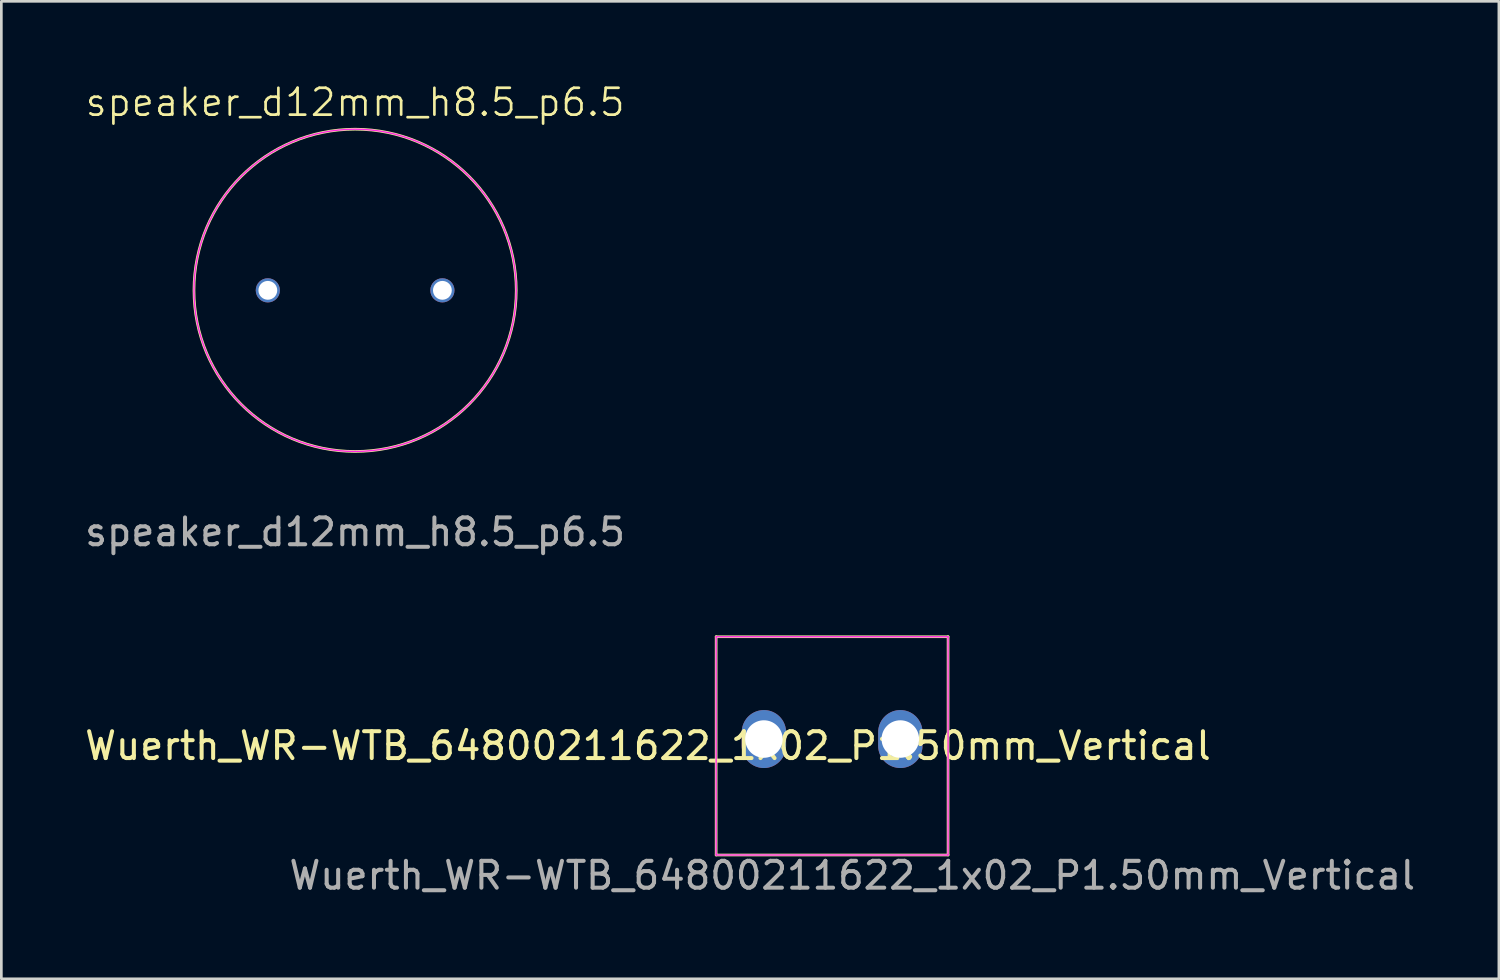
<source format=kicad_pcb>
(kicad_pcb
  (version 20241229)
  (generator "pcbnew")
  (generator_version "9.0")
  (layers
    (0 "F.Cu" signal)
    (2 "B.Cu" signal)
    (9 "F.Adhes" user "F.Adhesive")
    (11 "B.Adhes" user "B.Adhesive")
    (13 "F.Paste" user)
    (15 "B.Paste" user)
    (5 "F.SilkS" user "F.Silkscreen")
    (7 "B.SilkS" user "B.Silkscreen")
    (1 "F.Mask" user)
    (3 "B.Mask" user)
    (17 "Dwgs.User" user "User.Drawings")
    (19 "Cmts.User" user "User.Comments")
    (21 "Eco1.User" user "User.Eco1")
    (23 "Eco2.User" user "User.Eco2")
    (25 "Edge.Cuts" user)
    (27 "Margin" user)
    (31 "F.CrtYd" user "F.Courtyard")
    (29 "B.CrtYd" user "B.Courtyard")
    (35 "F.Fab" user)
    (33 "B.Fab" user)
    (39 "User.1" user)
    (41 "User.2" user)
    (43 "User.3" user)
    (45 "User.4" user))
  (footprint "Wuerth_WR-WTB_64800211622_1x02_P1.50mm_Vertical"
    (layer "F.Cu")
    (at 27.935 24.469)
    (property "Reference" "Wuerth_WR-WTB_64800211622_1x02_P1.50mm_Vertical" (at -6.858 0.254 0) (layer "F.SilkS") (effects (font (size 1 1) (thickness 0.15))))
    (attr through_hole)
    (fp_line (start -4.318 -3.81) (end 4.318 -3.81) (stroke (width 0.1) (type default)) (layer "F.SilkS"))
    (fp_line (start -4.318 4.318) (end -4.318 -3.81) (stroke (width 0.1) (type default)) (layer "F.SilkS"))
    (fp_line (start 4.318 -3.81) (end 4.318 4.318) (stroke (width 0.1) (type default)) (layer "F.SilkS"))
    (fp_line (start 4.318 4.318) (end -4.318 4.318) (stroke (width 0.1) (type default)) (layer "F.SilkS"))
    (fp_line (start -4.318 -3.81) (end 4.318 -3.81) (stroke (width 0.05) (type default)) (layer "F.CrtYd"))
    (fp_line (start -4.318 4.318) (end -4.318 -3.81) (stroke (width 0.05) (type default)) (layer "F.CrtYd"))
    (fp_line (start 4.318 -3.81) (end 4.318 4.318) (stroke (width 0.05) (type default)) (layer "F.CrtYd"))
    (fp_line (start 4.318 4.318) (end -4.318 4.318) (stroke (width 0.05) (type default)) (layer "F.CrtYd"))
    (fp_text user "${REFERENCE}" (at 0.75 5.08 0) (layer "F.Fab") (effects (font (size 1 1) (thickness 0.15))))
    (pad "1" thru_hole oval (at -2.54 0) (size 1.651 2.159) (drill 1.397) (layers "*.Cu" "*.Mask"))
    (pad "2" thru_hole oval (at 2.54 0) (size 1.651 2.159) (drill 1.397) (layers "*.Cu" "*.Mask")))
  (footprint "speaker_d12mm_h8.5_p6.5"
    (layer "F.Cu")
    (at 10.173 7.761)
    (property "Reference" "speaker_d12mm_h8.5_p6.5" (at 0 -7 0) (unlocked yes) (layer "F.SilkS") (effects (font (size 1 1) (thickness 0.1))))
    (attr through_hole)
    (fp_circle (center 0 0) (end 6 0) (stroke (width 0.1) (type default)) (fill no) (layer "F.SilkS"))
    (fp_circle (center 0 0) (end 6 0) (stroke (width 0.05) (type default)) (fill no) (layer "F.CrtYd"))
    (fp_text user "${REFERENCE}" (at 0 9 0) (unlocked yes) (layer "F.Fab") (effects (font (size 1 1) (thickness 0.15))))
    (pad "1" thru_hole circle (at -3.25 0) (size 0.9 0.9) (drill 0.7) (layers "*.Cu" "*.Mask"))
    (pad "2" thru_hole circle (at 3.25 0) (size 0.9 0.9) (drill 0.7) (layers "*.Cu" "*.Mask")))
  (gr_rect
    (start -3 -3)
    (end 52.763 33.397)
    (stroke (width 0.1) (type default))
    (fill no)
    (layer "Edge.Cuts")))
</source>
